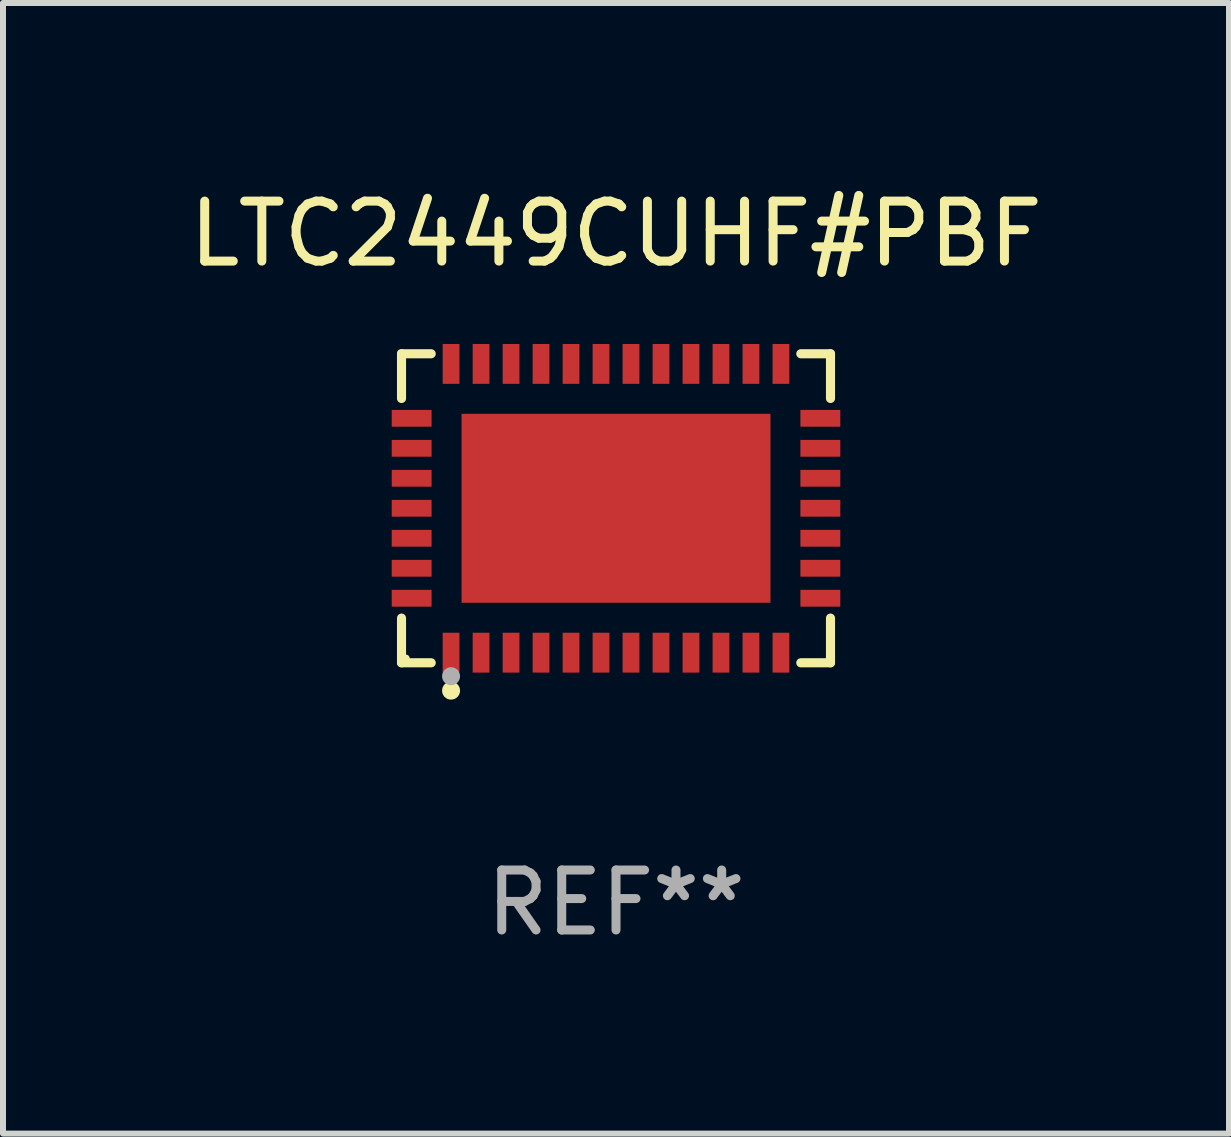
<source format=kicad_pcb>
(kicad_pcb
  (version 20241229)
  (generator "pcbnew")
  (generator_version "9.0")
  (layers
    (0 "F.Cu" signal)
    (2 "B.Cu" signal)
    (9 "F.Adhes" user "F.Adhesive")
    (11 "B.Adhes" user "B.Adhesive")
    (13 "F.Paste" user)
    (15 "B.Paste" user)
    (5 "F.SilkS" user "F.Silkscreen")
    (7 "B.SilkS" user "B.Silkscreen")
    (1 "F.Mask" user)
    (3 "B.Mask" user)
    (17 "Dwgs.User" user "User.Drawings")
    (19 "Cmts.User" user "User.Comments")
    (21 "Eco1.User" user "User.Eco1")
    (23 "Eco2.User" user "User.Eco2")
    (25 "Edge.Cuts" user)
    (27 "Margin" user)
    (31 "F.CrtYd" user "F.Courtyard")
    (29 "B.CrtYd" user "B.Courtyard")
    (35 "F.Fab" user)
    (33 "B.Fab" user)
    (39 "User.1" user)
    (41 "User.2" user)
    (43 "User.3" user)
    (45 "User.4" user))
  (footprint "LTC2449CUHF#PBF"
    (layer "F.Cu")
    (at 7.22 5.424)
    (property "Reference" "LTC2449CUHF#PBF" (at 0 -4.576 0) (layer "F.SilkS") (effects (font (size 1 1) (thickness 0.15))))
    (attr through_hole)
    (fp_line (start -3.576 -2.576) (end -3.081 -2.576) (stroke (width 0.152) (type solid)) (layer "F.SilkS"))
    (fp_line (start -3.576 -1.831) (end -3.576 -2.576) (stroke (width 0.152) (type solid)) (layer "F.SilkS"))
    (fp_line (start -3.576 1.831) (end -3.576 2.576) (stroke (width 0.152) (type solid)) (layer "F.SilkS"))
    (fp_line (start -3.576 2.576) (end -3.081 2.576) (stroke (width 0.152) (type solid)) (layer "F.SilkS"))
    (fp_line (start 3.576 -2.576) (end 3.081 -2.576) (stroke (width 0.152) (type solid)) (layer "F.SilkS"))
    (fp_line (start 3.576 -1.831) (end 3.576 -2.576) (stroke (width 0.152) (type solid)) (layer "F.SilkS"))
    (fp_line (start 3.576 1.831) (end 3.576 2.576) (stroke (width 0.152) (type solid)) (layer "F.SilkS"))
    (fp_line (start 3.576 2.576) (end 3.081 2.576) (stroke (width 0.152) (type solid)) (layer "F.SilkS"))
    (fp_circle (center -3.5 2.5) (end -3.47 2.5) (stroke (width 0.06) (type solid)) (fill no) (layer "F.SilkS"))
    (fp_circle (center -2.75 3.04) (end -2.675 3.04) (stroke (width 0.15) (type solid)) (fill no) (layer "F.SilkS"))
    (fp_circle (center -2.75 2.8) (end -2.675 2.8) (stroke (width 0.15) (type solid)) (fill no) (layer "F.Fab"))
    (fp_text user "REF**" (at 0 6.576 0) (layer "F.Fab") (effects (font (size 1 1) (thickness 0.15))))
    (pad "1" smd rect (at -2.75 2.407) (size 0.28 0.665) (layers "F.Cu" "F.Mask" "F.Paste"))
    (pad "2" smd rect (at -2.25 2.407) (size 0.28 0.665) (layers "F.Cu" "F.Mask" "F.Paste"))
    (pad "3" smd rect (at -1.75 2.407) (size 0.28 0.665) (layers "F.Cu" "F.Mask" "F.Paste"))
    (pad "4" smd rect (at -1.25 2.407) (size 0.28 0.665) (layers "F.Cu" "F.Mask" "F.Paste"))
    (pad "5" smd rect (at -0.75 2.407) (size 0.28 0.665) (layers "F.Cu" "F.Mask" "F.Paste"))
    (pad "6" smd rect (at -0.25 2.407) (size 0.28 0.665) (layers "F.Cu" "F.Mask" "F.Paste"))
    (pad "7" smd rect (at 0.25 2.407) (size 0.28 0.665) (layers "F.Cu" "F.Mask" "F.Paste"))
    (pad "8" smd rect (at 0.75 2.407) (size 0.28 0.665) (layers "F.Cu" "F.Mask" "F.Paste"))
    (pad "9" smd rect (at 1.25 2.407) (size 0.28 0.665) (layers "F.Cu" "F.Mask" "F.Paste"))
    (pad "10" smd rect (at 1.75 2.407) (size 0.28 0.665) (layers "F.Cu" "F.Mask" "F.Paste"))
    (pad "11" smd rect (at 2.25 2.407) (size 0.28 0.665) (layers "F.Cu" "F.Mask" "F.Paste"))
    (pad "12" smd rect (at 2.75 2.407) (size 0.28 0.665) (layers "F.Cu" "F.Mask" "F.Paste"))
    (pad "13" smd rect (at 3.407 1.5) (size 0.665 0.28) (layers "F.Cu" "F.Mask" "F.Paste"))
    (pad "14" smd rect (at 3.407 1) (size 0.665 0.28) (layers "F.Cu" "F.Mask" "F.Paste"))
    (pad "15" smd rect (at 3.407 0.5) (size 0.665 0.28) (layers "F.Cu" "F.Mask" "F.Paste"))
    (pad "16" smd rect (at 3.407 0) (size 0.665 0.28) (layers "F.Cu" "F.Mask" "F.Paste"))
    (pad "17" smd rect (at 3.407 -0.5) (size 0.665 0.28) (layers "F.Cu" "F.Mask" "F.Paste"))
    (pad "18" smd rect (at 3.407 -1) (size 0.665 0.28) (layers "F.Cu" "F.Mask" "F.Paste"))
    (pad "19" smd rect (at 3.407 -1.5) (size 0.665 0.28) (layers "F.Cu" "F.Mask" "F.Paste"))
    (pad "20" smd rect (at 2.75 -2.407) (size 0.28 0.665) (layers "F.Cu" "F.Mask" "F.Paste"))
    (pad "21" smd rect (at 2.25 -2.407) (size 0.28 0.665) (layers "F.Cu" "F.Mask" "F.Paste"))
    (pad "22" smd rect (at 1.75 -2.407) (size 0.28 0.665) (layers "F.Cu" "F.Mask" "F.Paste"))
    (pad "23" smd rect (at 1.25 -2.407) (size 0.28 0.665) (layers "F.Cu" "F.Mask" "F.Paste"))
    (pad "24" smd rect (at 0.75 -2.407) (size 0.28 0.665) (layers "F.Cu" "F.Mask" "F.Paste"))
    (pad "25" smd rect (at 0.25 -2.407) (size 0.28 0.665) (layers "F.Cu" "F.Mask" "F.Paste"))
    (pad "26" smd rect (at -0.25 -2.407) (size 0.28 0.665) (layers "F.Cu" "F.Mask" "F.Paste"))
    (pad "27" smd rect (at -0.75 -2.407) (size 0.28 0.665) (layers "F.Cu" "F.Mask" "F.Paste"))
    (pad "28" smd rect (at -1.25 -2.407) (size 0.28 0.665) (layers "F.Cu" "F.Mask" "F.Paste"))
    (pad "29" smd rect (at -1.75 -2.407) (size 0.28 0.665) (layers "F.Cu" "F.Mask" "F.Paste"))
    (pad "30" smd rect (at -2.25 -2.407) (size 0.28 0.665) (layers "F.Cu" "F.Mask" "F.Paste"))
    (pad "31" smd rect (at -2.75 -2.407) (size 0.28 0.665) (layers "F.Cu" "F.Mask" "F.Paste"))
    (pad "32" smd rect (at -3.407 -1.5) (size 0.665 0.28) (layers "F.Cu" "F.Mask" "F.Paste"))
    (pad "33" smd rect (at -3.407 -1) (size 0.665 0.28) (layers "F.Cu" "F.Mask" "F.Paste"))
    (pad "34" smd rect (at -3.407 -0.5) (size 0.665 0.28) (layers "F.Cu" "F.Mask" "F.Paste"))
    (pad "35" smd rect (at -3.407 0) (size 0.665 0.28) (layers "F.Cu" "F.Mask" "F.Paste"))
    (pad "36" smd rect (at -3.407 0.5) (size 0.665 0.28) (layers "F.Cu" "F.Mask" "F.Paste"))
    (pad "37" smd rect (at -3.407 1) (size 0.665 0.28) (layers "F.Cu" "F.Mask" "F.Paste"))
    (pad "38" smd rect (at -3.407 1.5) (size 0.665 0.28) (layers "F.Cu" "F.Mask" "F.Paste"))
    (pad "39" smd rect (at 0 0) (size 5.15 3.15) (layers "F.Cu" "F.Mask" "F.Paste")))
  (gr_rect
    (start -3 -3)
    (end 17.44 15.849)
    (stroke (width 0.1) (type default))
    (fill no)
    (layer "Edge.Cuts")))
</source>
